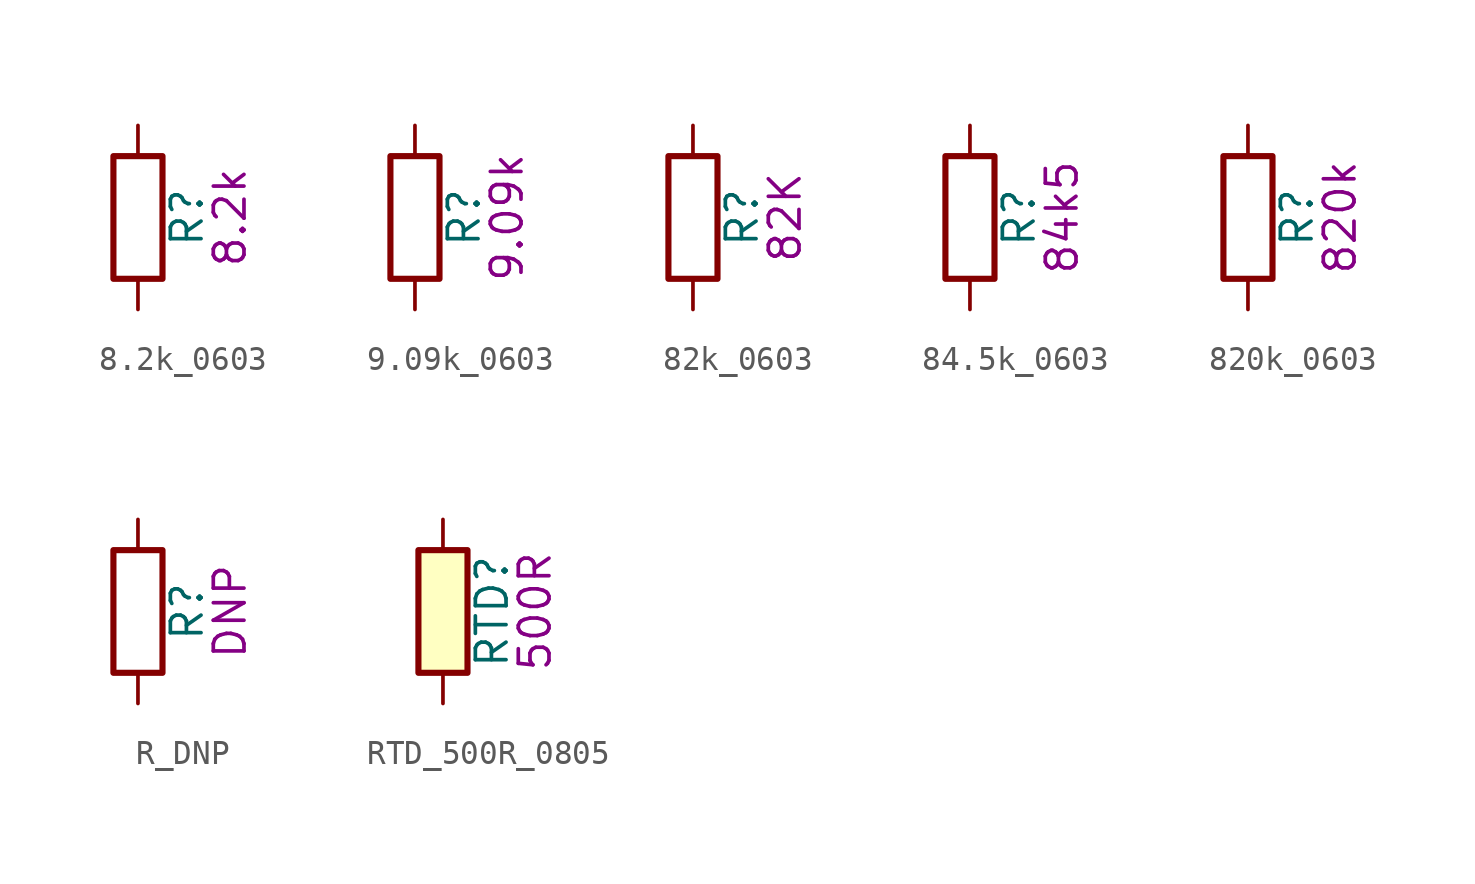
<source format=kicad_sym>
(kicad_symbol_lib
  (version 20211014)
  (generator kicad_symbol_editor)
  (symbol "8.2k_0603"
    (pin_numbers hide)
    (pin_names
      (offset 0))
    (property "Reference" "R"
      (at 2.032 0 90)
      (effects (font (size 1.27 1.27))))
    (property "Display" "8.2k"
      (at 3.81 0 90)
      (effects (font (size 1.27 1.27))))
    (symbol "8.2k_0603_0_1"
      (rectangle (start -1.016 -2.54) (end 1.016 2.54) (stroke (width 0.254) (type default) (color 0 0 0 0)) (fill (type none))))
    (symbol "8.2k_0603_1_1"
      (pin passive line (at 0 3.81 270) (length 1.27) (name "~" (effects (font (size 1.27 1.27)))) (number "1" (effects (font (size 1.27 1.27)))))
      (pin passive line (at 0 -3.81 90) (length 1.27) (name "~" (effects (font (size 1.27 1.27)))) (number "2" (effects (font (size 1.27 1.27)))))))
  (symbol "9.09k_0603"
    (pin_numbers hide)
    (pin_names
      (offset 0))
    (property "Reference" "R"
      (at 2.032 0 90)
      (effects (font (size 1.27 1.27))))
    (property "Display" "9.09k"
      (at 3.81 0 90)
      (effects (font (size 1.27 1.27))))
    (symbol "9.09k_0603_0_1"
      (rectangle (start -1.016 -2.54) (end 1.016 2.54) (stroke (width 0.254) (type default) (color 0 0 0 0)) (fill (type none))))
    (symbol "9.09k_0603_1_1"
      (pin passive line (at 0 3.81 270) (length 1.27) (name "~" (effects (font (size 1.27 1.27)))) (number "1" (effects (font (size 1.27 1.27)))))
      (pin passive line (at 0 -3.81 90) (length 1.27) (name "~" (effects (font (size 1.27 1.27)))) (number "2" (effects (font (size 1.27 1.27)))))))
  (symbol "82k_0603"
    (pin_numbers hide)
    (pin_names
      (offset 0))
    (property "Reference" "R"
      (at 2.032 0 90)
      (effects (font (size 1.27 1.27))))
    (property "Display" "82K"
      (at 3.81 0 90)
      (effects (font (size 1.27 1.27))))
    (symbol "82k_0603_0_1"
      (rectangle (start -1.016 -2.54) (end 1.016 2.54) (stroke (width 0.254) (type default) (color 0 0 0 0)) (fill (type none))))
    (symbol "82k_0603_1_1"
      (pin passive line (at 0 3.81 270) (length 1.27) (name "~" (effects (font (size 1.27 1.27)))) (number "1" (effects (font (size 1.27 1.27)))))
      (pin passive line (at 0 -3.81 90) (length 1.27) (name "~" (effects (font (size 1.27 1.27)))) (number "2" (effects (font (size 1.27 1.27)))))))
  (symbol "84.5k_0603"
    (pin_numbers hide)
    (pin_names
      (offset 0))
    (property "Reference" "R"
      (at 2.032 0 90)
      (effects (font (size 1.27 1.27))))
    (property "Display" "84k5"
      (at 3.81 0 90)
      (effects (font (size 1.27 1.27))))
    (symbol "84.5k_0603_0_1"
      (rectangle (start -1.016 -2.54) (end 1.016 2.54) (stroke (width 0.254) (type default) (color 0 0 0 0)) (fill (type none))))
    (symbol "84.5k_0603_1_1"
      (pin passive line (at 0 3.81 270) (length 1.27) (name "~" (effects (font (size 1.27 1.27)))) (number "1" (effects (font (size 1.27 1.27)))))
      (pin passive line (at 0 -3.81 90) (length 1.27) (name "~" (effects (font (size 1.27 1.27)))) (number "2" (effects (font (size 1.27 1.27)))))))
  (symbol "820k_0603"
    (pin_numbers hide)
    (pin_names
      (offset 0))
    (property "Reference" "R"
      (at 2.032 0 90)
      (effects (font (size 1.27 1.27))))
    (property "Display" "820k"
      (at 3.81 0 90)
      (effects (font (size 1.27 1.27))))
    (symbol "820k_0603_0_1"
      (rectangle (start -1.016 -2.54) (end 1.016 2.54) (stroke (width 0.254) (type default) (color 0 0 0 0)) (fill (type none))))
    (symbol "820k_0603_1_1"
      (pin passive line (at 0 3.81 270) (length 1.27) (name "~" (effects (font (size 1.27 1.27)))) (number "1" (effects (font (size 1.27 1.27)))))
      (pin passive line (at 0 -3.81 90) (length 1.27) (name "~" (effects (font (size 1.27 1.27)))) (number "2" (effects (font (size 1.27 1.27)))))))
  (symbol "R_DNP"
    (pin_numbers hide)
    (pin_names
      (offset 0))
    (property "Reference" "R"
      (at 2.032 0 90)
      (effects (font (size 1.27 1.27))))
    (property "Display" "DNP"
      (at 3.81 0 90)
      (effects (font (size 1.27 1.27))))
    (symbol "R_DNP_0_1"
      (rectangle (start -1.016 -2.54) (end 1.016 2.54) (stroke (width 0.254) (type default) (color 0 0 0 0)) (fill (type none))))
    (symbol "R_DNP_1_1"
      (pin passive line (at 0 3.81 270) (length 1.27) (name "~" (effects (font (size 1.27 1.27)))) (number "1" (effects (font (size 1.27 1.27)))))
      (pin passive line (at 0 -3.81 90) (length 1.27) (name "~" (effects (font (size 1.27 1.27)))) (number "2" (effects (font (size 1.27 1.27)))))))
  (symbol "RTD_500R_0805"
    (pin_numbers hide)
    (pin_names
      (offset 0))
    (property "Reference" "RTD"
      (at 2.032 0 90)
      (effects (font (size 1.27 1.27))))
    (property "Display" "500R"
      (at 3.81 0 90)
      (effects (font (size 1.27 1.27))))
    (symbol "RTD_500R_0805_0_1"
      (rectangle (start -1.016 -2.54) (end 1.016 2.54) (stroke (width 0.254) (type default) (color 0 0 0 0)) (fill (type background))))
    (symbol "RTD_500R_0805_1_1"
      (pin passive line (at 0 3.81 270) (length 1.27) (name "~" (effects (font (size 1.27 1.27)))) (number "1" (effects (font (size 1.27 1.27)))))
      (pin passive line (at 0 -3.81 90) (length 1.27) (name "~" (effects (font (size 1.27 1.27)))) (number "2" (effects (font (size 1.27 1.27))))))))
</source>
